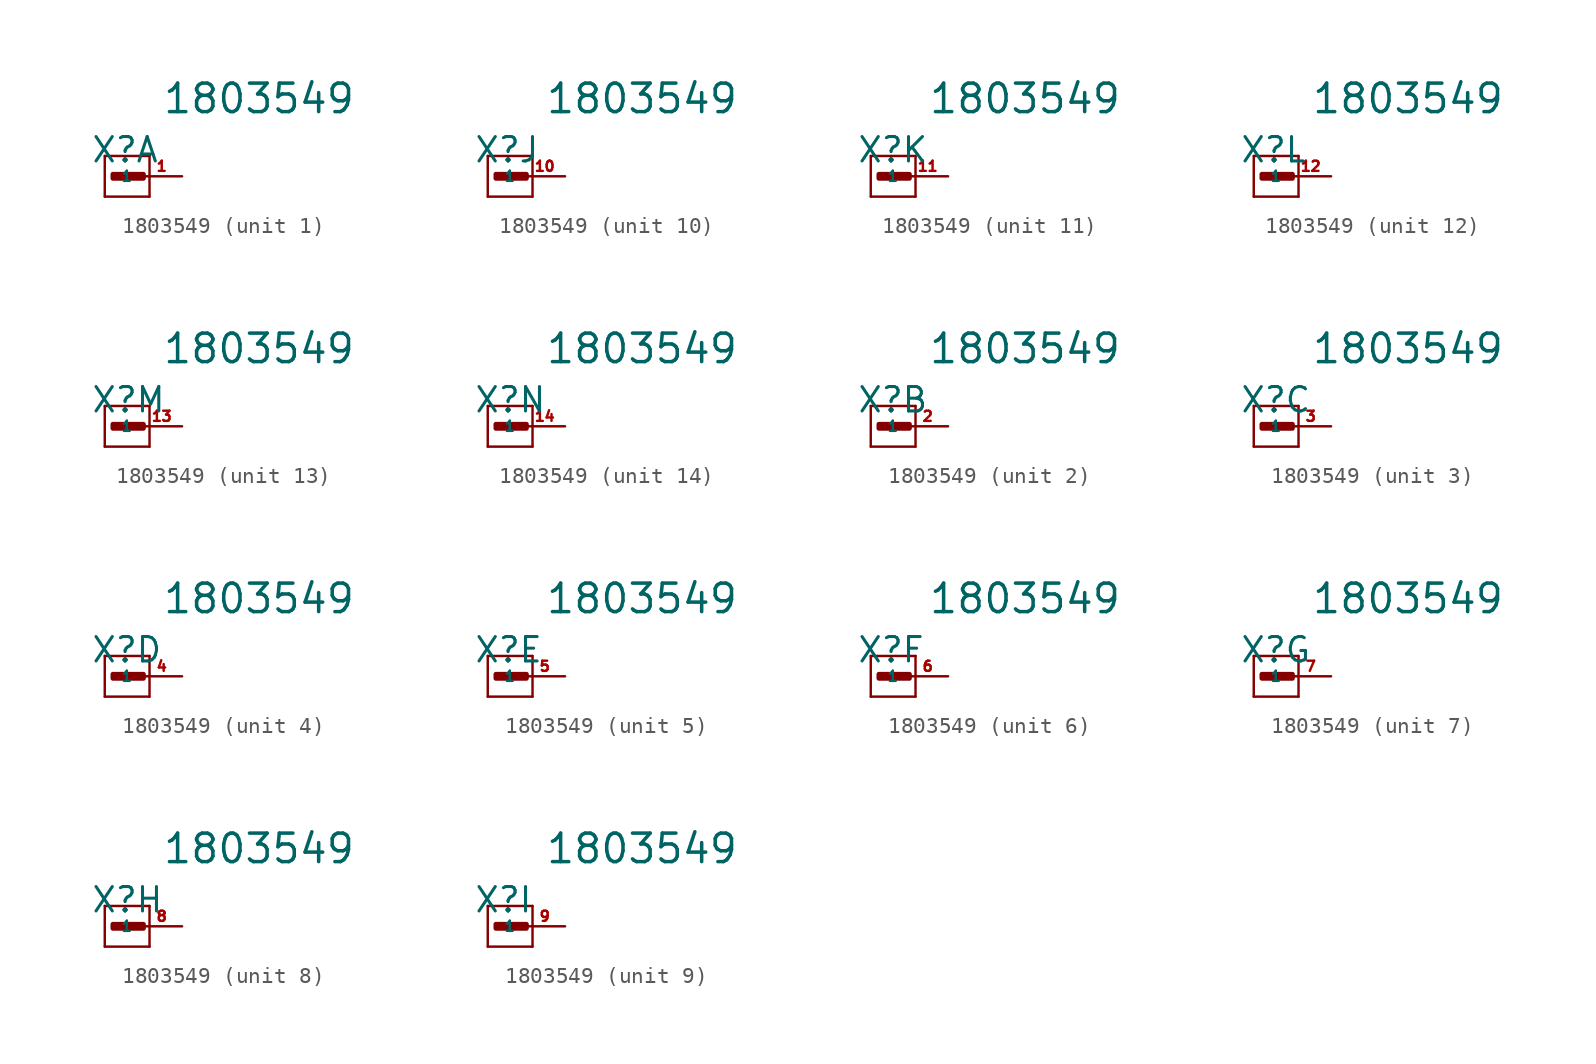
<source format=kicad_sym>
(kicad_symbol_lib
  (version 20220914)
  (generator Eagle2Kicad)
  (symbol "1803549"
    (property "Reference" "X"
      (at -3.175 0.762 0)
      (effects (font (size 1.524 1.524) (thickness 0.19)) (justify left bottom)))
    (property "Value" "1803549"
      (at 1.27 3.81 0)
      (effects (font (size 1.778 1.778) (thickness 0.22)) (justify left bottom)))
    (symbol "1803549_1_0"
      (polyline (pts (xy -2.286 1.27) (xy 0.508 1.27)) (stroke (width 0.152) (type default)) (fill (type none)))
      (polyline (pts (xy 0.508 1.27) (xy 0.508 -1.27)) (stroke (width 0.152) (type default)) (fill (type none)))
      (polyline (pts (xy 0.508 -1.27) (xy -2.286 -1.27)) (stroke (width 0.152) (type default)) (fill (type none)))
      (polyline (pts (xy -2.286 -1.27) (xy -2.286 1.27)) (stroke (width 0.152) (type default)) (fill (type none)))
      (rectangle (start -1.778 -0.127) (end 0.127 0.127) (stroke (width 0.3) (type default)) (fill (type outline)))
      (pin passive line (at 2.54 0 180) (length 2.54) (name "1" (effects (font (size 0.635 0.635) (thickness 0.08)) (justify left bottom))) (number "1" (effects (font (size 0.635 0.635) (thickness 0.08)) (justify left bottom)))))
    (symbol "1803549_2_0"
      (polyline (pts (xy -2.286 1.27) (xy 0.508 1.27)) (stroke (width 0.152) (type default)) (fill (type none)))
      (polyline (pts (xy 0.508 1.27) (xy 0.508 -1.27)) (stroke (width 0.152) (type default)) (fill (type none)))
      (polyline (pts (xy 0.508 -1.27) (xy -2.286 -1.27)) (stroke (width 0.152) (type default)) (fill (type none)))
      (polyline (pts (xy -2.286 -1.27) (xy -2.286 1.27)) (stroke (width 0.152) (type default)) (fill (type none)))
      (rectangle (start -1.778 -0.127) (end 0.127 0.127) (stroke (width 0.3) (type default)) (fill (type outline)))
      (pin passive line (at 2.54 0 180) (length 2.54) (name "1" (effects (font (size 0.635 0.635) (thickness 0.08)) (justify left bottom))) (number "2" (effects (font (size 0.635 0.635) (thickness 0.08)) (justify left bottom)))))
    (symbol "1803549_3_0"
      (polyline (pts (xy -2.286 1.27) (xy 0.508 1.27)) (stroke (width 0.152) (type default)) (fill (type none)))
      (polyline (pts (xy 0.508 1.27) (xy 0.508 -1.27)) (stroke (width 0.152) (type default)) (fill (type none)))
      (polyline (pts (xy 0.508 -1.27) (xy -2.286 -1.27)) (stroke (width 0.152) (type default)) (fill (type none)))
      (polyline (pts (xy -2.286 -1.27) (xy -2.286 1.27)) (stroke (width 0.152) (type default)) (fill (type none)))
      (rectangle (start -1.778 -0.127) (end 0.127 0.127) (stroke (width 0.3) (type default)) (fill (type outline)))
      (pin passive line (at 2.54 0 180) (length 2.54) (name "1" (effects (font (size 0.635 0.635) (thickness 0.08)) (justify left bottom))) (number "3" (effects (font (size 0.635 0.635) (thickness 0.08)) (justify left bottom)))))
    (symbol "1803549_4_0"
      (polyline (pts (xy -2.286 1.27) (xy 0.508 1.27)) (stroke (width 0.152) (type default)) (fill (type none)))
      (polyline (pts (xy 0.508 1.27) (xy 0.508 -1.27)) (stroke (width 0.152) (type default)) (fill (type none)))
      (polyline (pts (xy 0.508 -1.27) (xy -2.286 -1.27)) (stroke (width 0.152) (type default)) (fill (type none)))
      (polyline (pts (xy -2.286 -1.27) (xy -2.286 1.27)) (stroke (width 0.152) (type default)) (fill (type none)))
      (rectangle (start -1.778 -0.127) (end 0.127 0.127) (stroke (width 0.3) (type default)) (fill (type outline)))
      (pin passive line (at 2.54 0 180) (length 2.54) (name "1" (effects (font (size 0.635 0.635) (thickness 0.08)) (justify left bottom))) (number "4" (effects (font (size 0.635 0.635) (thickness 0.08)) (justify left bottom)))))
    (symbol "1803549_5_0"
      (polyline (pts (xy -2.286 1.27) (xy 0.508 1.27)) (stroke (width 0.152) (type default)) (fill (type none)))
      (polyline (pts (xy 0.508 1.27) (xy 0.508 -1.27)) (stroke (width 0.152) (type default)) (fill (type none)))
      (polyline (pts (xy 0.508 -1.27) (xy -2.286 -1.27)) (stroke (width 0.152) (type default)) (fill (type none)))
      (polyline (pts (xy -2.286 -1.27) (xy -2.286 1.27)) (stroke (width 0.152) (type default)) (fill (type none)))
      (rectangle (start -1.778 -0.127) (end 0.127 0.127) (stroke (width 0.3) (type default)) (fill (type outline)))
      (pin passive line (at 2.54 0 180) (length 2.54) (name "1" (effects (font (size 0.635 0.635) (thickness 0.08)) (justify left bottom))) (number "5" (effects (font (size 0.635 0.635) (thickness 0.08)) (justify left bottom)))))
    (symbol "1803549_6_0"
      (polyline (pts (xy -2.286 1.27) (xy 0.508 1.27)) (stroke (width 0.152) (type default)) (fill (type none)))
      (polyline (pts (xy 0.508 1.27) (xy 0.508 -1.27)) (stroke (width 0.152) (type default)) (fill (type none)))
      (polyline (pts (xy 0.508 -1.27) (xy -2.286 -1.27)) (stroke (width 0.152) (type default)) (fill (type none)))
      (polyline (pts (xy -2.286 -1.27) (xy -2.286 1.27)) (stroke (width 0.152) (type default)) (fill (type none)))
      (rectangle (start -1.778 -0.127) (end 0.127 0.127) (stroke (width 0.3) (type default)) (fill (type outline)))
      (pin passive line (at 2.54 0 180) (length 2.54) (name "1" (effects (font (size 0.635 0.635) (thickness 0.08)) (justify left bottom))) (number "6" (effects (font (size 0.635 0.635) (thickness 0.08)) (justify left bottom)))))
    (symbol "1803549_7_0"
      (polyline (pts (xy -2.286 1.27) (xy 0.508 1.27)) (stroke (width 0.152) (type default)) (fill (type none)))
      (polyline (pts (xy 0.508 1.27) (xy 0.508 -1.27)) (stroke (width 0.152) (type default)) (fill (type none)))
      (polyline (pts (xy 0.508 -1.27) (xy -2.286 -1.27)) (stroke (width 0.152) (type default)) (fill (type none)))
      (polyline (pts (xy -2.286 -1.27) (xy -2.286 1.27)) (stroke (width 0.152) (type default)) (fill (type none)))
      (rectangle (start -1.778 -0.127) (end 0.127 0.127) (stroke (width 0.3) (type default)) (fill (type outline)))
      (pin passive line (at 2.54 0 180) (length 2.54) (name "1" (effects (font (size 0.635 0.635) (thickness 0.08)) (justify left bottom))) (number "7" (effects (font (size 0.635 0.635) (thickness 0.08)) (justify left bottom)))))
    (symbol "1803549_8_0"
      (polyline (pts (xy -2.286 1.27) (xy 0.508 1.27)) (stroke (width 0.152) (type default)) (fill (type none)))
      (polyline (pts (xy 0.508 1.27) (xy 0.508 -1.27)) (stroke (width 0.152) (type default)) (fill (type none)))
      (polyline (pts (xy 0.508 -1.27) (xy -2.286 -1.27)) (stroke (width 0.152) (type default)) (fill (type none)))
      (polyline (pts (xy -2.286 -1.27) (xy -2.286 1.27)) (stroke (width 0.152) (type default)) (fill (type none)))
      (rectangle (start -1.778 -0.127) (end 0.127 0.127) (stroke (width 0.3) (type default)) (fill (type outline)))
      (pin passive line (at 2.54 0 180) (length 2.54) (name "1" (effects (font (size 0.635 0.635) (thickness 0.08)) (justify left bottom))) (number "8" (effects (font (size 0.635 0.635) (thickness 0.08)) (justify left bottom)))))
    (symbol "1803549_9_0"
      (polyline (pts (xy -2.286 1.27) (xy 0.508 1.27)) (stroke (width 0.152) (type default)) (fill (type none)))
      (polyline (pts (xy 0.508 1.27) (xy 0.508 -1.27)) (stroke (width 0.152) (type default)) (fill (type none)))
      (polyline (pts (xy 0.508 -1.27) (xy -2.286 -1.27)) (stroke (width 0.152) (type default)) (fill (type none)))
      (polyline (pts (xy -2.286 -1.27) (xy -2.286 1.27)) (stroke (width 0.152) (type default)) (fill (type none)))
      (rectangle (start -1.778 -0.127) (end 0.127 0.127) (stroke (width 0.3) (type default)) (fill (type outline)))
      (pin passive line (at 2.54 0 180) (length 2.54) (name "1" (effects (font (size 0.635 0.635) (thickness 0.08)) (justify left bottom))) (number "9" (effects (font (size 0.635 0.635) (thickness 0.08)) (justify left bottom)))))
    (symbol "1803549_10_0"
      (polyline (pts (xy -2.286 1.27) (xy 0.508 1.27)) (stroke (width 0.152) (type default)) (fill (type none)))
      (polyline (pts (xy 0.508 1.27) (xy 0.508 -1.27)) (stroke (width 0.152) (type default)) (fill (type none)))
      (polyline (pts (xy 0.508 -1.27) (xy -2.286 -1.27)) (stroke (width 0.152) (type default)) (fill (type none)))
      (polyline (pts (xy -2.286 -1.27) (xy -2.286 1.27)) (stroke (width 0.152) (type default)) (fill (type none)))
      (rectangle (start -1.778 -0.127) (end 0.127 0.127) (stroke (width 0.3) (type default)) (fill (type outline)))
      (pin passive line (at 2.54 0 180) (length 2.54) (name "1" (effects (font (size 0.635 0.635) (thickness 0.08)) (justify left bottom))) (number "10" (effects (font (size 0.635 0.635) (thickness 0.08)) (justify left bottom)))))
    (symbol "1803549_11_0"
      (polyline (pts (xy -2.286 1.27) (xy 0.508 1.27)) (stroke (width 0.152) (type default)) (fill (type none)))
      (polyline (pts (xy 0.508 1.27) (xy 0.508 -1.27)) (stroke (width 0.152) (type default)) (fill (type none)))
      (polyline (pts (xy 0.508 -1.27) (xy -2.286 -1.27)) (stroke (width 0.152) (type default)) (fill (type none)))
      (polyline (pts (xy -2.286 -1.27) (xy -2.286 1.27)) (stroke (width 0.152) (type default)) (fill (type none)))
      (rectangle (start -1.778 -0.127) (end 0.127 0.127) (stroke (width 0.3) (type default)) (fill (type outline)))
      (pin passive line (at 2.54 0 180) (length 2.54) (name "1" (effects (font (size 0.635 0.635) (thickness 0.08)) (justify left bottom))) (number "11" (effects (font (size 0.635 0.635) (thickness 0.08)) (justify left bottom)))))
    (symbol "1803549_12_0"
      (polyline (pts (xy -2.286 1.27) (xy 0.508 1.27)) (stroke (width 0.152) (type default)) (fill (type none)))
      (polyline (pts (xy 0.508 1.27) (xy 0.508 -1.27)) (stroke (width 0.152) (type default)) (fill (type none)))
      (polyline (pts (xy 0.508 -1.27) (xy -2.286 -1.27)) (stroke (width 0.152) (type default)) (fill (type none)))
      (polyline (pts (xy -2.286 -1.27) (xy -2.286 1.27)) (stroke (width 0.152) (type default)) (fill (type none)))
      (rectangle (start -1.778 -0.127) (end 0.127 0.127) (stroke (width 0.3) (type default)) (fill (type outline)))
      (pin passive line (at 2.54 0 180) (length 2.54) (name "1" (effects (font (size 0.635 0.635) (thickness 0.08)) (justify left bottom))) (number "12" (effects (font (size 0.635 0.635) (thickness 0.08)) (justify left bottom)))))
    (symbol "1803549_13_0"
      (polyline (pts (xy -2.286 1.27) (xy 0.508 1.27)) (stroke (width 0.152) (type default)) (fill (type none)))
      (polyline (pts (xy 0.508 1.27) (xy 0.508 -1.27)) (stroke (width 0.152) (type default)) (fill (type none)))
      (polyline (pts (xy 0.508 -1.27) (xy -2.286 -1.27)) (stroke (width 0.152) (type default)) (fill (type none)))
      (polyline (pts (xy -2.286 -1.27) (xy -2.286 1.27)) (stroke (width 0.152) (type default)) (fill (type none)))
      (rectangle (start -1.778 -0.127) (end 0.127 0.127) (stroke (width 0.3) (type default)) (fill (type outline)))
      (pin passive line (at 2.54 0 180) (length 2.54) (name "1" (effects (font (size 0.635 0.635) (thickness 0.08)) (justify left bottom))) (number "13" (effects (font (size 0.635 0.635) (thickness 0.08)) (justify left bottom)))))
    (symbol "1803549_14_0"
      (polyline (pts (xy -2.286 1.27) (xy 0.508 1.27)) (stroke (width 0.152) (type default)) (fill (type none)))
      (polyline (pts (xy 0.508 1.27) (xy 0.508 -1.27)) (stroke (width 0.152) (type default)) (fill (type none)))
      (polyline (pts (xy 0.508 -1.27) (xy -2.286 -1.27)) (stroke (width 0.152) (type default)) (fill (type none)))
      (polyline (pts (xy -2.286 -1.27) (xy -2.286 1.27)) (stroke (width 0.152) (type default)) (fill (type none)))
      (rectangle (start -1.778 -0.127) (end 0.127 0.127) (stroke (width 0.3) (type default)) (fill (type outline)))
      (pin passive line (at 2.54 0 180) (length 2.54) (name "1" (effects (font (size 0.635 0.635) (thickness 0.08)) (justify left bottom))) (number "14" (effects (font (size 0.635 0.635) (thickness 0.08)) (justify left bottom)))))))
</source>
